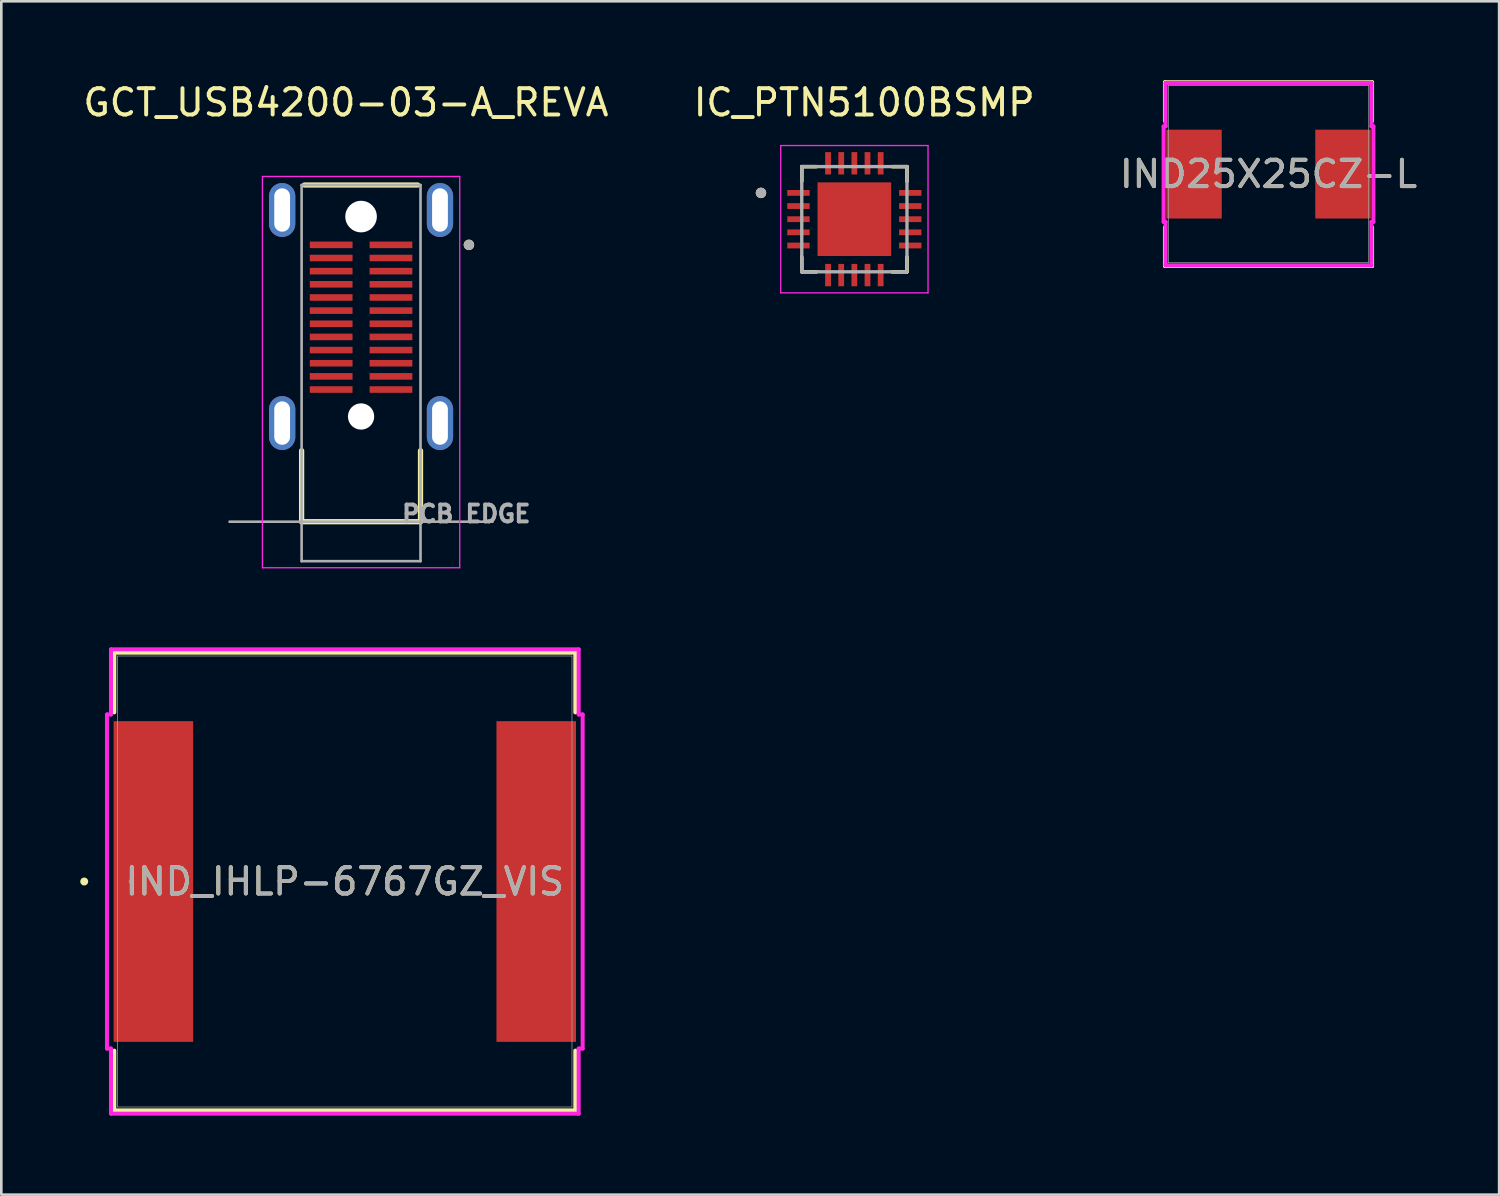
<source format=kicad_pcb>
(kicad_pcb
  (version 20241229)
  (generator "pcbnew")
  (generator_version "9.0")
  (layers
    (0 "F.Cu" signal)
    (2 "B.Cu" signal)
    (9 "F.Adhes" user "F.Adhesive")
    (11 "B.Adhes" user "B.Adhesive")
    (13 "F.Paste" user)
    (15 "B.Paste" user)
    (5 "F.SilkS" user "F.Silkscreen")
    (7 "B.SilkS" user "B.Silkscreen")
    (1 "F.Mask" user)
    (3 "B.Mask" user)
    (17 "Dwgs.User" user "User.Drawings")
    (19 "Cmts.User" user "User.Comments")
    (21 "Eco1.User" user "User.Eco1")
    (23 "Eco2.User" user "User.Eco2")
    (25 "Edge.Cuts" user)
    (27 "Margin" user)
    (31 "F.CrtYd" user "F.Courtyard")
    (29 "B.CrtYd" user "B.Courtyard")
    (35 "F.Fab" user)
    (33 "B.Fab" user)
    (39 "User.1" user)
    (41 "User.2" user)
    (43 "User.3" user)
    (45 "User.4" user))
  (footprint "IC_PTN5100BSMP"
    (layer "F.Cu")
    (at 29.429 5.283)
    (property "Reference" "IC_PTN5100BSMP" (at 0.375 -4.435 0) (layer "F.SilkS") (effects (font (size 1 1) (thickness 0.15))))
    (attr smd)
    (fp_poly (pts (xy -2.575 -1.135) (xy -1.675 -1.135) (xy -1.675 -0.865) (xy -2.575 -0.865)) (stroke (width 0.01) (type solid)) (fill yes) (layer "F.Mask"))
    (fp_poly (pts (xy -2.575 -0.635) (xy -1.675 -0.635) (xy -1.675 -0.365) (xy -2.575 -0.365)) (stroke (width 0.01) (type solid)) (fill yes) (layer "F.Mask"))
    (fp_poly (pts (xy -2.575 -0.135) (xy -1.675 -0.135) (xy -1.675 0.135) (xy -2.575 0.135)) (stroke (width 0.01) (type solid)) (fill yes) (layer "F.Mask"))
    (fp_poly (pts (xy -2.575 0.365) (xy -1.675 0.365) (xy -1.675 0.635) (xy -2.575 0.635)) (stroke (width 0.01) (type solid)) (fill yes) (layer "F.Mask"))
    (fp_poly (pts (xy -2.575 0.865) (xy -1.675 0.865) (xy -1.675 1.135) (xy -2.575 1.135)) (stroke (width 0.01) (type solid)) (fill yes) (layer "F.Mask"))
    (fp_poly (pts (xy -1.425 -1.425) (xy 1.425 -1.425) (xy 1.425 1.425) (xy -1.425 1.425)) (stroke (width 0.01) (type solid)) (fill yes) (layer "F.Mask"))
    (fp_poly (pts (xy -1.135 -2.575) (xy -0.865 -2.575) (xy -0.865 -1.675) (xy -1.135 -1.675)) (stroke (width 0.01) (type solid)) (fill yes) (layer "F.Mask"))
    (fp_poly (pts (xy -1.135 1.675) (xy -0.865 1.675) (xy -0.865 2.575) (xy -1.135 2.575)) (stroke (width 0.01) (type solid)) (fill yes) (layer "F.Mask"))
    (fp_poly (pts (xy -0.635 -2.575) (xy -0.365 -2.575) (xy -0.365 -1.675) (xy -0.635 -1.675)) (stroke (width 0.01) (type solid)) (fill yes) (layer "F.Mask"))
    (fp_poly (pts (xy -0.635 1.675) (xy -0.365 1.675) (xy -0.365 2.575) (xy -0.635 2.575)) (stroke (width 0.01) (type solid)) (fill yes) (layer "F.Mask"))
    (fp_poly (pts (xy -0.135 -2.575) (xy 0.135 -2.575) (xy 0.135 -1.675) (xy -0.135 -1.675)) (stroke (width 0.01) (type solid)) (fill yes) (layer "F.Mask"))
    (fp_poly (pts (xy -0.135 1.675) (xy 0.135 1.675) (xy 0.135 2.575) (xy -0.135 2.575)) (stroke (width 0.01) (type solid)) (fill yes) (layer "F.Mask"))
    (fp_poly (pts (xy 0.365 -2.575) (xy 0.635 -2.575) (xy 0.635 -1.675) (xy 0.365 -1.675)) (stroke (width 0.01) (type solid)) (fill yes) (layer "F.Mask"))
    (fp_poly (pts (xy 0.365 1.675) (xy 0.635 1.675) (xy 0.635 2.575) (xy 0.365 2.575)) (stroke (width 0.01) (type solid)) (fill yes) (layer "F.Mask"))
    (fp_poly (pts (xy 0.865 -2.575) (xy 1.135 -2.575) (xy 1.135 -1.675) (xy 0.865 -1.675)) (stroke (width 0.01) (type solid)) (fill yes) (layer "F.Mask"))
    (fp_poly (pts (xy 0.865 1.675) (xy 1.135 1.675) (xy 1.135 2.575) (xy 0.865 2.575)) (stroke (width 0.01) (type solid)) (fill yes) (layer "F.Mask"))
    (fp_poly (pts (xy 1.675 -1.135) (xy 2.575 -1.135) (xy 2.575 -0.865) (xy 1.675 -0.865)) (stroke (width 0.01) (type solid)) (fill yes) (layer "F.Mask"))
    (fp_poly (pts (xy 1.675 -0.635) (xy 2.575 -0.635) (xy 2.575 -0.365) (xy 1.675 -0.365)) (stroke (width 0.01) (type solid)) (fill yes) (layer "F.Mask"))
    (fp_poly (pts (xy 1.675 -0.135) (xy 2.575 -0.135) (xy 2.575 0.135) (xy 1.675 0.135)) (stroke (width 0.01) (type solid)) (fill yes) (layer "F.Mask"))
    (fp_poly (pts (xy 1.675 0.365) (xy 2.575 0.365) (xy 2.575 0.635) (xy 1.675 0.635)) (stroke (width 0.01) (type solid)) (fill yes) (layer "F.Mask"))
    (fp_poly (pts (xy 1.675 0.865) (xy 2.575 0.865) (xy 2.575 1.135) (xy 1.675 1.135)) (stroke (width 0.01) (type solid)) (fill yes) (layer "F.Mask"))
    (fp_line (start -2 -2) (end -2 -1.45) (stroke (width 0.127) (type solid)) (layer "F.SilkS"))
    (fp_line (start -2 -2) (end -1.45 -2) (stroke (width 0.127) (type solid)) (layer "F.SilkS"))
    (fp_line (start -2 -2) (end -1.43 -2) (stroke (width 0.127) (type solid)) (layer "F.SilkS"))
    (fp_line (start -2 -1.43) (end -2 -2) (stroke (width 0.127) (type solid)) (layer "F.SilkS"))
    (fp_line (start -2 2) (end -2 1.43) (stroke (width 0.127) (type solid)) (layer "F.SilkS"))
    (fp_line (start -2 2) (end -2 1.45) (stroke (width 0.127) (type solid)) (layer "F.SilkS"))
    (fp_line (start -2 2) (end -1.45 2) (stroke (width 0.127) (type solid)) (layer "F.SilkS"))
    (fp_line (start -1.43 2) (end -2 2) (stroke (width 0.127) (type solid)) (layer "F.SilkS"))
    (fp_line (start 1.43 -2) (end 2 -2) (stroke (width 0.127) (type solid)) (layer "F.SilkS"))
    (fp_line (start 1.45 2) (end 2 2) (stroke (width 0.127) (type solid)) (layer "F.SilkS"))
    (fp_line (start 2 -2) (end 1.45 -2) (stroke (width 0.127) (type solid)) (layer "F.SilkS"))
    (fp_line (start 2 -2) (end 2 -1.45) (stroke (width 0.127) (type solid)) (layer "F.SilkS"))
    (fp_line (start 2 -2) (end 2 -1.43) (stroke (width 0.127) (type solid)) (layer "F.SilkS"))
    (fp_line (start 2 2) (end 1.43 2) (stroke (width 0.127) (type solid)) (layer "F.SilkS"))
    (fp_line (start 2 2) (end 2 1.43) (stroke (width 0.127) (type solid)) (layer "F.SilkS"))
    (fp_line (start 2 2) (end 2 1.45) (stroke (width 0.127) (type solid)) (layer "F.SilkS"))
    (fp_circle (center -3.55 -1) (end -3.45 -1) (stroke (width 0.2) (type solid)) (fill no) (layer "F.SilkS"))
    (fp_poly (pts (xy -0.9 -0.9) (xy -0.2 -0.9) (xy -0.2 -0.2) (xy -0.9 -0.2)) (stroke (width 0.01) (type solid)) (fill yes) (layer "F.Paste"))
    (fp_poly (pts (xy -0.9 0.2) (xy -0.2 0.2) (xy -0.2 0.9) (xy -0.9 0.9)) (stroke (width 0.01) (type solid)) (fill yes) (layer "F.Paste"))
    (fp_poly (pts (xy 0.2 -0.9) (xy 0.9 -0.9) (xy 0.9 -0.2) (xy 0.2 -0.2)) (stroke (width 0.01) (type solid)) (fill yes) (layer "F.Paste"))
    (fp_poly (pts (xy 0.2 0.2) (xy 0.9 0.2) (xy 0.9 0.9) (xy 0.2 0.9)) (stroke (width 0.01) (type solid)) (fill yes) (layer "F.Paste"))
    (fp_line (start -2.8 -2.8) (end -2.8 2.8) (stroke (width 0.05) (type solid)) (layer "F.CrtYd"))
    (fp_line (start -2.8 2.8) (end 2.8 2.8) (stroke (width 0.05) (type solid)) (layer "F.CrtYd"))
    (fp_line (start 2.8 -2.8) (end -2.8 -2.8) (stroke (width 0.05) (type solid)) (layer "F.CrtYd"))
    (fp_line (start 2.8 2.8) (end 2.8 -2.8) (stroke (width 0.05) (type solid)) (layer "F.CrtYd"))
    (fp_line (start -2 -2) (end 2 -2) (stroke (width 0.127) (type solid)) (layer "F.Fab"))
    (fp_line (start -2 2) (end -2 -2) (stroke (width 0.127) (type solid)) (layer "F.Fab"))
    (fp_line (start 2 -2) (end 2 2) (stroke (width 0.127) (type solid)) (layer "F.Fab"))
    (fp_line (start 2 2) (end -2 2) (stroke (width 0.127) (type solid)) (layer "F.Fab"))
    (fp_circle (center -3.55 -1) (end -3.45 -1) (stroke (width 0.2) (type solid)) (fill no) (layer "F.Fab"))
    (pad "1" smd rect (at -2.125 -1) (size 0.85 0.22) (layers "F.Cu" "F.Paste"))
    (pad "2" smd rect (at -2.125 -0.5) (size 0.85 0.22) (layers "F.Cu" "F.Paste"))
    (pad "3" smd rect (at -2.125 0) (size 0.85 0.22) (layers "F.Cu" "F.Paste"))
    (pad "4" smd rect (at -2.125 0.5) (size 0.85 0.22) (layers "F.Cu" "F.Paste"))
    (pad "5" smd rect (at -2.125 1) (size 0.85 0.22) (layers "F.Cu" "F.Paste"))
    (pad "6" smd rect (at -1 2.125) (size 0.22 0.85) (layers "F.Cu" "F.Paste"))
    (pad "7" smd rect (at -0.5 2.125) (size 0.22 0.85) (layers "F.Cu" "F.Paste"))
    (pad "8" smd rect (at 0 2.125) (size 0.22 0.85) (layers "F.Cu" "F.Paste"))
    (pad "9" smd rect (at 0.5 2.125) (size 0.22 0.85) (layers "F.Cu" "F.Paste"))
    (pad "10" smd rect (at 1 2.125) (size 0.22 0.85) (layers "F.Cu" "F.Paste"))
    (pad "11" smd rect (at 2.125 1) (size 0.85 0.22) (layers "F.Cu" "F.Paste"))
    (pad "12" smd rect (at 2.125 0.5) (size 0.85 0.22) (layers "F.Cu" "F.Paste"))
    (pad "13" smd rect (at 2.125 0) (size 0.85 0.22) (layers "F.Cu" "F.Paste"))
    (pad "14" smd rect (at 2.125 -0.5) (size 0.85 0.22) (layers "F.Cu" "F.Paste"))
    (pad "15" smd rect (at 2.125 -1) (size 0.85 0.22) (layers "F.Cu" "F.Paste"))
    (pad "16" smd rect (at 1 -2.125) (size 0.22 0.85) (layers "F.Cu" "F.Paste"))
    (pad "17" smd rect (at 0.5 -2.125) (size 0.22 0.85) (layers "F.Cu" "F.Paste"))
    (pad "18" smd rect (at 0 -2.125) (size 0.22 0.85) (layers "F.Cu" "F.Paste"))
    (pad "19" smd rect (at -0.5 -2.125) (size 0.22 0.85) (layers "F.Cu" "F.Paste"))
    (pad "20" smd rect (at -1 -2.125) (size 0.22 0.85) (layers "F.Cu" "F.Paste"))
    (pad "21" smd rect (at 0 0) (size 2.8 2.8) (layers "F.Cu")))
  (footprint "GCT_USB4200-03-A_REVA"
    (layer "F.Cu")
    (at 10.676 8.983)
    (property "Reference" "GCT_USB4200-03-A_REVA" (at -0.575 -8.135 0) (layer "F.SilkS") (effects (font (size 1 1) (thickness 0.15))))
    (attr smd)
    (fp_line (start -2.26 7.8) (end -2.26 5.1) (stroke (width 0.2) (type solid)) (layer "F.SilkS"))
    (fp_line (start 2.15 -5) (end -2.15 -5) (stroke (width 0.2) (type solid)) (layer "F.SilkS"))
    (fp_line (start 2.26 5.1) (end 2.26 7.8) (stroke (width 0.2) (type solid)) (layer "F.SilkS"))
    (fp_line (start 2.26 7.8) (end -2.26 7.8) (stroke (width 0.2) (type solid)) (layer "F.SilkS"))
    (fp_circle (center 4.1 -2.725) (end 4.2 -2.725) (stroke (width 0.2) (type solid)) (fill no) (layer "F.SilkS"))
    (fp_line (start -3.75 -5.325) (end -3.75 9.55) (stroke (width 0.05) (type solid)) (layer "F.CrtYd"))
    (fp_line (start -3.75 9.55) (end 3.75 9.55) (stroke (width 0.05) (type solid)) (layer "F.CrtYd"))
    (fp_line (start 3.75 -5.325) (end -3.75 -5.325) (stroke (width 0.05) (type solid)) (layer "F.CrtYd"))
    (fp_line (start 3.75 9.55) (end 3.75 -5.325) (stroke (width 0.05) (type solid)) (layer "F.CrtYd"))
    (fp_line (start -2.26 -5) (end 2.26 -5) (stroke (width 0.1) (type solid)) (layer "F.Fab"))
    (fp_line (start -2.26 9.3) (end -2.26 -5) (stroke (width 0.1) (type solid)) (layer "F.Fab"))
    (fp_line (start 2.26 -5) (end 2.26 9.3) (stroke (width 0.1) (type solid)) (layer "F.Fab"))
    (fp_line (start 2.26 9.3) (end -2.26 9.3) (stroke (width 0.1) (type solid)) (layer "F.Fab"))
    (fp_line (start 5 7.8) (end -5 7.8) (stroke (width 0.1) (type solid)) (layer "F.Fab"))
    (fp_circle (center 4.1 -2.725) (end 4.2 -2.725) (stroke (width 0.2) (type solid)) (fill no) (layer "F.Fab"))
    (fp_text user "PCB EDGE" (at 4 7.5 0) (layer "F.Fab") (effects (font (size 0.64 0.64) (thickness 0.15))))
    (pad "" np_thru_hole circle (at 0 -3.8) (size 1.2 1.2) (drill 1.2) (layers "*.Cu" "*.Mask"))
    (pad "" np_thru_hole circle (at 0 3.8) (size 1 1) (drill 1) (layers "*.Cu" "*.Mask"))
    (pad "A1" smd rect (at 1.137 -2.725) (size 1.625 0.25) (layers "F.Cu" "F.Mask" "F.Paste"))
    (pad "A2" smd rect (at 1.137 -2.225) (size 1.625 0.25) (layers "F.Cu" "F.Mask" "F.Paste"))
    (pad "A3" smd rect (at 1.137 -1.725) (size 1.625 0.25) (layers "F.Cu" "F.Mask" "F.Paste"))
    (pad "A4" smd rect (at 1.137 -1.225) (size 1.625 0.25) (layers "F.Cu" "F.Mask" "F.Paste"))
    (pad "A5" smd rect (at 1.137 -0.725) (size 1.625 0.25) (layers "F.Cu" "F.Mask" "F.Paste"))
    (pad "A6" smd rect (at 1.137 -0.225) (size 1.625 0.25) (layers "F.Cu" "F.Mask" "F.Paste"))
    (pad "A7" smd rect (at 1.137 0.275) (size 1.625 0.25) (layers "F.Cu" "F.Mask" "F.Paste"))
    (pad "A8" smd rect (at 1.137 0.775) (size 1.625 0.25) (layers "F.Cu" "F.Mask" "F.Paste"))
    (pad "A9" smd rect (at 1.137 1.275) (size 1.625 0.25) (layers "F.Cu" "F.Mask" "F.Paste"))
    (pad "A10" smd rect (at 1.137 1.775) (size 1.625 0.25) (layers "F.Cu" "F.Mask" "F.Paste"))
    (pad "A11" smd rect (at 1.137 2.275) (size 1.625 0.25) (layers "F.Cu" "F.Mask" "F.Paste"))
    (pad "A12" smd rect (at 1.137 2.775) (size 1.625 0.25) (layers "F.Cu" "F.Mask" "F.Paste"))
    (pad "B1" smd rect (at -1.137 2.775) (size 1.625 0.25) (layers "F.Cu" "F.Mask" "F.Paste"))
    (pad "B2" smd rect (at -1.137 2.275) (size 1.625 0.25) (layers "F.Cu" "F.Mask" "F.Paste"))
    (pad "B3" smd rect (at -1.137 1.775) (size 1.625 0.25) (layers "F.Cu" "F.Mask" "F.Paste"))
    (pad "B4" smd rect (at -1.137 1.275) (size 1.625 0.25) (layers "F.Cu" "F.Mask" "F.Paste"))
    (pad "B5" smd rect (at -1.137 0.775) (size 1.625 0.25) (layers "F.Cu" "F.Mask" "F.Paste"))
    (pad "B6" smd rect (at -1.137 0.275) (size 1.625 0.25) (layers "F.Cu" "F.Mask" "F.Paste"))
    (pad "B7" smd rect (at -1.137 -0.225) (size 1.625 0.25) (layers "F.Cu" "F.Mask" "F.Paste"))
    (pad "B8" smd rect (at -1.137 -0.725) (size 1.625 0.25) (layers "F.Cu" "F.Mask" "F.Paste"))
    (pad "B9" smd rect (at -1.137 -1.225) (size 1.625 0.25) (layers "F.Cu" "F.Mask" "F.Paste"))
    (pad "B10" smd rect (at -1.137 -1.725) (size 1.625 0.25) (layers "F.Cu" "F.Mask" "F.Paste"))
    (pad "B11" smd rect (at -1.137 -2.225) (size 1.625 0.25) (layers "F.Cu" "F.Mask" "F.Paste"))
    (pad "B12" smd rect (at -1.137 -2.725) (size 1.625 0.25) (layers "F.Cu" "F.Mask" "F.Paste"))
    (pad "S1" thru_hole oval (at 3 -4.05) (size 1 2.05) (drill oval 0.6 1.65) (layers "*.Cu" "*.Mask"))
    (pad "S2" thru_hole oval (at 3 4.05) (size 1 2.05) (drill oval 0.6 1.65) (layers "*.Cu" "*.Mask"))
    (pad "S3" thru_hole oval (at -3 -4.05) (size 1 2.05) (drill oval 0.6 1.65) (layers "*.Cu" "*.Mask"))
    (pad "S4" thru_hole oval (at -3 4.05) (size 1 2.05) (drill oval 0.6 1.65) (layers "*.Cu" "*.Mask")))
  (footprint "IND25X25CZ-L"
    (layer "F.Cu")
    (at 45.173 3.569)
    (property "Reference" "IND25X25CZ-L" (at 0 0 0) (unlocked yes) (layer "F.SilkS") (effects (font (size 1 1) (thickness 0.15))))
    (attr smd)
    (fp_line (start -3.937 -3.493) (end -3.937 -2.018) (stroke (width 0.152) (type solid)) (layer "F.SilkS"))
    (fp_line (start -3.937 2.018) (end -3.937 3.493) (stroke (width 0.152) (type solid)) (layer "F.SilkS"))
    (fp_line (start -3.937 3.493) (end 3.937 3.493) (stroke (width 0.152) (type solid)) (layer "F.SilkS"))
    (fp_line (start 3.937 -3.493) (end -3.937 -3.493) (stroke (width 0.152) (type solid)) (layer "F.SilkS"))
    (fp_line (start 3.937 -2.018) (end 3.937 -3.493) (stroke (width 0.152) (type solid)) (layer "F.SilkS"))
    (fp_line (start 3.937 3.493) (end 3.937 2.018) (stroke (width 0.152) (type solid)) (layer "F.SilkS"))
    (fp_line (start -3.988 -1.816) (end -3.912 -1.816) (stroke (width 0.152) (type solid)) (layer "F.CrtYd"))
    (fp_line (start -3.988 1.816) (end -3.988 -1.816) (stroke (width 0.152) (type solid)) (layer "F.CrtYd"))
    (fp_line (start -3.912 -3.467) (end 3.912 -3.467) (stroke (width 0.152) (type solid)) (layer "F.CrtYd"))
    (fp_line (start -3.912 -1.816) (end -3.912 -3.467) (stroke (width 0.152) (type solid)) (layer "F.CrtYd"))
    (fp_line (start -3.912 1.816) (end -3.988 1.816) (stroke (width 0.152) (type solid)) (layer "F.CrtYd"))
    (fp_line (start -3.912 1.816) (end -3.912 3.467) (stroke (width 0.152) (type solid)) (layer "F.CrtYd"))
    (fp_line (start -3.912 3.467) (end 3.912 3.467) (stroke (width 0.152) (type solid)) (layer "F.CrtYd"))
    (fp_line (start 3.912 -3.467) (end 3.912 -1.816) (stroke (width 0.152) (type solid)) (layer "F.CrtYd"))
    (fp_line (start 3.912 -1.816) (end 3.988 -1.816) (stroke (width 0.152) (type solid)) (layer "F.CrtYd"))
    (fp_line (start 3.912 1.816) (end 3.988 1.816) (stroke (width 0.152) (type solid)) (layer "F.CrtYd"))
    (fp_line (start 3.912 3.467) (end 3.912 1.816) (stroke (width 0.152) (type solid)) (layer "F.CrtYd"))
    (fp_line (start 3.988 -1.816) (end 3.988 1.816) (stroke (width 0.152) (type solid)) (layer "F.CrtYd"))
    (fp_line (start -3.81 -3.365) (end -3.81 3.365) (stroke (width 0.025) (type solid)) (layer "F.Fab"))
    (fp_line (start -3.81 3.365) (end 3.81 3.365) (stroke (width 0.025) (type solid)) (layer "F.Fab"))
    (fp_line (start 3.81 -3.365) (end -3.81 -3.365) (stroke (width 0.025) (type solid)) (layer "F.Fab"))
    (fp_line (start 3.81 3.365) (end 3.81 -3.365) (stroke (width 0.025) (type solid)) (layer "F.Fab"))
    (fp_text user "${REFERENCE}" (at 0 0 0) (unlocked yes) (layer "F.Fab") (effects (font (size 1 1) (thickness 0.15))))
    (pad "1" smd rect (at -2.832 0 90) (size 3.378 2.108) (layers "F.Cu" "F.Mask" "F.Paste"))
    (pad "2" smd rect (at 2.832 0 90) (size 3.378 2.108) (layers "F.Cu" "F.Mask" "F.Paste")))
  (footprint "IND_IHLP-6767GZ_VIS"
    (layer "F.Cu")
    (at 10.058 30.461)
    (property "Reference" "IND_IHLP-6767GZ_VIS" (at 0 0 0) (unlocked yes) (layer "F.SilkS") (effects (font (size 1 1) (thickness 0.15))))
    (attr smd)
    (fp_line (start -8.763 -8.7) (end -8.763 -6.429) (stroke (width 0.152) (type solid)) (layer "F.SilkS"))
    (fp_line (start -8.763 6.429) (end -8.763 8.7) (stroke (width 0.152) (type solid)) (layer "F.SilkS"))
    (fp_line (start -8.763 8.7) (end 8.763 8.7) (stroke (width 0.152) (type solid)) (layer "F.SilkS"))
    (fp_line (start 8.763 -8.7) (end -8.763 -8.7) (stroke (width 0.152) (type solid)) (layer "F.SilkS"))
    (fp_line (start 8.763 -6.429) (end 8.763 -8.7) (stroke (width 0.152) (type solid)) (layer "F.SilkS"))
    (fp_line (start 8.763 8.7) (end 8.763 6.429) (stroke (width 0.152) (type solid)) (layer "F.SilkS"))
    (fp_circle (center -9.906 0) (end -9.83 0) (stroke (width 0.152) (type solid)) (fill no) (layer "F.SilkS"))
    (fp_line (start -9.042 -6.35) (end -8.89 -6.35) (stroke (width 0.152) (type solid)) (layer "F.CrtYd"))
    (fp_line (start -9.042 6.35) (end -9.042 -6.35) (stroke (width 0.152) (type solid)) (layer "F.CrtYd"))
    (fp_line (start -8.89 -8.826) (end 8.89 -8.826) (stroke (width 0.152) (type solid)) (layer "F.CrtYd"))
    (fp_line (start -8.89 -6.35) (end -8.89 -8.826) (stroke (width 0.152) (type solid)) (layer "F.CrtYd"))
    (fp_line (start -8.89 6.35) (end -9.042 6.35) (stroke (width 0.152) (type solid)) (layer "F.CrtYd"))
    (fp_line (start -8.89 8.826) (end -8.89 6.35) (stroke (width 0.152) (type solid)) (layer "F.CrtYd"))
    (fp_line (start 8.89 -8.826) (end 8.89 -6.35) (stroke (width 0.152) (type solid)) (layer "F.CrtYd"))
    (fp_line (start 8.89 -6.35) (end 9.042 -6.35) (stroke (width 0.152) (type solid)) (layer "F.CrtYd"))
    (fp_line (start 8.89 6.35) (end 8.89 8.826) (stroke (width 0.152) (type solid)) (layer "F.CrtYd"))
    (fp_line (start 8.89 8.826) (end -8.89 8.826) (stroke (width 0.152) (type solid)) (layer "F.CrtYd"))
    (fp_line (start 9.042 -6.35) (end 9.042 6.35) (stroke (width 0.152) (type solid)) (layer "F.CrtYd"))
    (fp_line (start 9.042 6.35) (end 8.89 6.35) (stroke (width 0.152) (type solid)) (layer "F.CrtYd"))
    (fp_line (start -8.636 -8.572) (end -8.636 8.572) (stroke (width 0.025) (type solid)) (layer "F.Fab"))
    (fp_line (start -8.636 8.572) (end 8.636 8.572) (stroke (width 0.025) (type solid)) (layer "F.Fab"))
    (fp_line (start 8.636 -8.572) (end -8.636 -8.572) (stroke (width 0.025) (type solid)) (layer "F.Fab"))
    (fp_line (start 8.636 8.572) (end 8.636 -8.572) (stroke (width 0.025) (type solid)) (layer "F.Fab"))
    (fp_circle (center -8.128 0) (end -8.052 0) (stroke (width 0.025) (type solid)) (fill no) (layer "F.Fab"))
    (fp_text user "${REFERENCE}" (at 0 0 0) (unlocked yes) (layer "F.Fab") (effects (font (size 1 1) (thickness 0.15))))
    (pad "1" smd rect (at -7.277 0 90) (size 12.192 3.023) (layers "F.Cu" "F.Mask" "F.Paste"))
    (pad "2" smd rect (at 7.277 0 90) (size 12.192 3.023) (layers "F.Cu" "F.Mask" "F.Paste"))
    (zone (net_name "") (layer "F.Cu") (hatch full 0.508) (connect_pads) (min_thickness 0.254) (filled_areas_thickness no) (keepout (tracks not_allowed) (vias not_allowed) (pads allowed) (copperpour not_allowed) (footprints allowed)) (placement (enabled no)) (fill) (polygon (pts (xy 1.473 21.939) (xy 18.644 21.939) (xy 18.644 24.314) (xy 1.473 24.314))))
    (zone (net_name "") (layer "F.Cu") (hatch full 0.508) (connect_pads) (min_thickness 0.254) (filled_areas_thickness no) (keepout (tracks not_allowed) (vias not_allowed) (pads allowed) (copperpour not_allowed) (footprints allowed)) (placement (enabled no)) (fill) (polygon (pts (xy 1.473 36.608) (xy 18.644 36.608) (xy 18.644 38.983) (xy 1.473 38.983))))
    (zone (net_name "") (layer "F.Cu") (hatch full 0.508) (connect_pads) (min_thickness 0.254) (filled_areas_thickness no) (keepout (tracks not_allowed) (vias not_allowed) (pads allowed) (copperpour not_allowed) (footprints allowed)) (placement (enabled no)) (fill) (polygon (pts (xy 4.343 24.314) (xy 15.773 24.314) (xy 15.773 36.608) (xy 4.343 36.608)))))
  (gr_rect
    (start -3 -3)
    (end 53.94 42.364)
    (stroke (width 0.1) (type default))
    (fill no)
    (layer "Edge.Cuts")))
</source>
